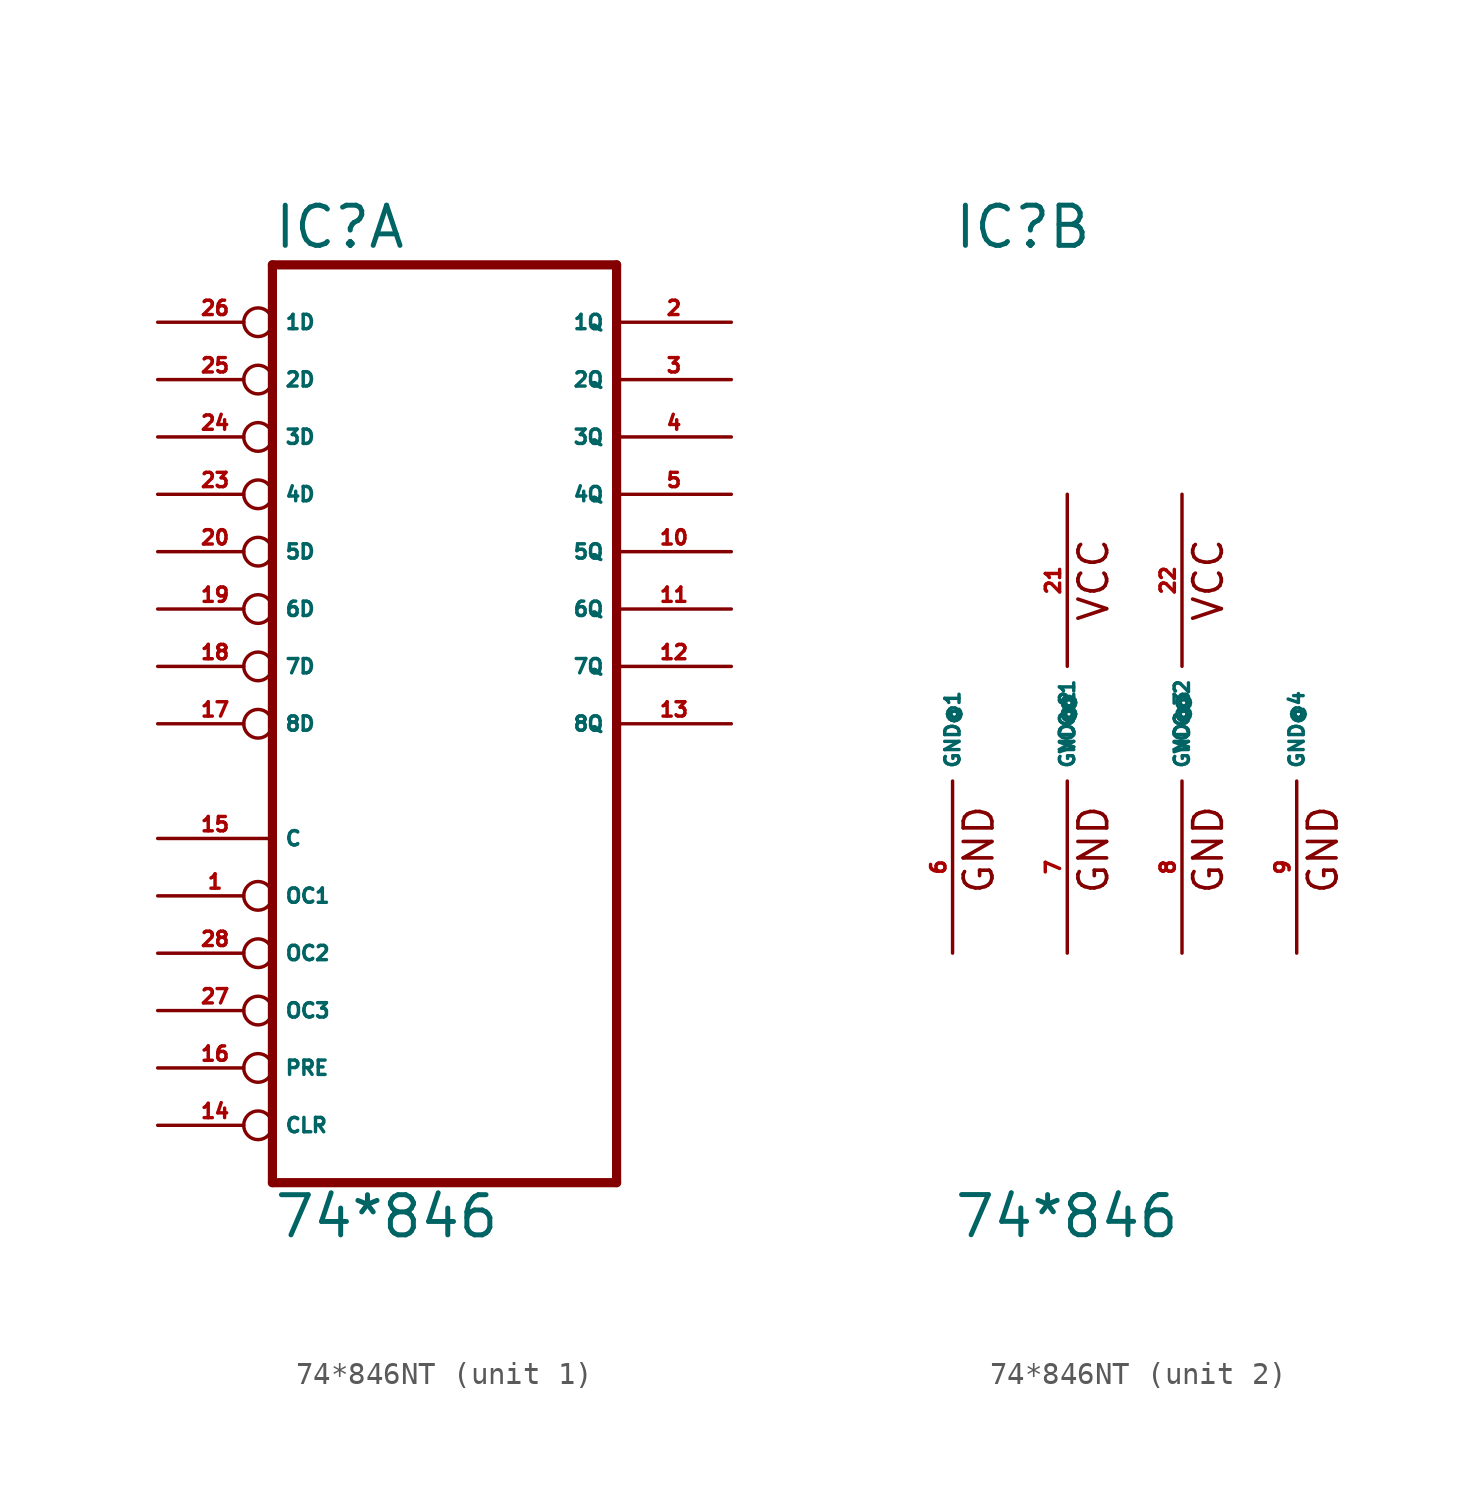
<source format=kicad_sym>
(kicad_symbol_lib
  (version 20220914)
  (generator Eagle2Kicad)
  (symbol "74*846NT"
    (property "Reference" "IC"
      (at -7.62 20.955 0)
      (effects (font (size 1.778 1.778) (thickness 0.22)) (justify left bottom)))
    (property "Value" "74*846"
      (at -7.62 -22.86 0)
      (effects (font (size 1.778 1.778) (thickness 0.22)) (justify left bottom)))
    (symbol "74*846NT_1_0"
      (polyline (pts (xy -7.62 -20.32) (xy 7.62 -20.32)) (stroke (width 0.406) (type default)) (fill (type none)))
      (polyline (pts (xy 7.62 -20.32) (xy 7.62 20.32)) (stroke (width 0.406) (type default)) (fill (type none)))
      (polyline (pts (xy 7.62 20.32) (xy -7.62 20.32)) (stroke (width 0.406) (type default)) (fill (type none)))
      (polyline (pts (xy -7.62 20.32) (xy -7.62 -20.32)) (stroke (width 0.406) (type default)) (fill (type none)))
      (pin input inverted (at -12.7 -7.62 0) (length 5.08) (name "OC1" (effects (font (size 0.635 0.635) (thickness 0.08)) (justify left bottom))) (number "1" (effects (font (size 0.635 0.635) (thickness 0.08)) (justify left bottom))))
      (pin input inverted (at -12.7 -10.16 0) (length 5.08) (name "OC2" (effects (font (size 0.635 0.635) (thickness 0.08)) (justify left bottom))) (number "28" (effects (font (size 0.635 0.635) (thickness 0.08)) (justify left bottom))))
      (pin input inverted (at -12.7 17.78 0) (length 5.08) (name "1D" (effects (font (size 0.635 0.635) (thickness 0.08)) (justify left bottom))) (number "26" (effects (font (size 0.635 0.635) (thickness 0.08)) (justify left bottom))))
      (pin input inverted (at -12.7 15.24 0) (length 5.08) (name "2D" (effects (font (size 0.635 0.635) (thickness 0.08)) (justify left bottom))) (number "25" (effects (font (size 0.635 0.635) (thickness 0.08)) (justify left bottom))))
      (pin input inverted (at -12.7 12.7 0) (length 5.08) (name "3D" (effects (font (size 0.635 0.635) (thickness 0.08)) (justify left bottom))) (number "24" (effects (font (size 0.635 0.635) (thickness 0.08)) (justify left bottom))))
      (pin input inverted (at -12.7 10.16 0) (length 5.08) (name "4D" (effects (font (size 0.635 0.635) (thickness 0.08)) (justify left bottom))) (number "23" (effects (font (size 0.635 0.635) (thickness 0.08)) (justify left bottom))))
      (pin input inverted (at -12.7 7.62 0) (length 5.08) (name "5D" (effects (font (size 0.635 0.635) (thickness 0.08)) (justify left bottom))) (number "20" (effects (font (size 0.635 0.635) (thickness 0.08)) (justify left bottom))))
      (pin input inverted (at -12.7 5.08 0) (length 5.08) (name "6D" (effects (font (size 0.635 0.635) (thickness 0.08)) (justify left bottom))) (number "19" (effects (font (size 0.635 0.635) (thickness 0.08)) (justify left bottom))))
      (pin input inverted (at -12.7 2.54 0) (length 5.08) (name "7D" (effects (font (size 0.635 0.635) (thickness 0.08)) (justify left bottom))) (number "18" (effects (font (size 0.635 0.635) (thickness 0.08)) (justify left bottom))))
      (pin input inverted (at -12.7 0 0) (length 5.08) (name "8D" (effects (font (size 0.635 0.635) (thickness 0.08)) (justify left bottom))) (number "17" (effects (font (size 0.635 0.635) (thickness 0.08)) (justify left bottom))))
      (pin input inverted (at -12.7 -17.78 0) (length 5.08) (name "CLR" (effects (font (size 0.635 0.635) (thickness 0.08)) (justify left bottom))) (number "14" (effects (font (size 0.635 0.635) (thickness 0.08)) (justify left bottom))))
      (pin input line (at -12.7 -5.08 0) (length 5.08) (name "C" (effects (font (size 0.635 0.635) (thickness 0.08)) (justify left bottom))) (number "15" (effects (font (size 0.635 0.635) (thickness 0.08)) (justify left bottom))))
      (pin input inverted (at -12.7 -15.24 0) (length 5.08) (name "PRE" (effects (font (size 0.635 0.635) (thickness 0.08)) (justify left bottom))) (number "16" (effects (font (size 0.635 0.635) (thickness 0.08)) (justify left bottom))))
      (pin tri_state line (at 12.7 0 180) (length 5.08) (name "8Q" (effects (font (size 0.635 0.635) (thickness 0.08)) (justify left bottom))) (number "13" (effects (font (size 0.635 0.635) (thickness 0.08)) (justify left bottom))))
      (pin tri_state line (at 12.7 2.54 180) (length 5.08) (name "7Q" (effects (font (size 0.635 0.635) (thickness 0.08)) (justify left bottom))) (number "12" (effects (font (size 0.635 0.635) (thickness 0.08)) (justify left bottom))))
      (pin tri_state line (at 12.7 5.08 180) (length 5.08) (name "6Q" (effects (font (size 0.635 0.635) (thickness 0.08)) (justify left bottom))) (number "11" (effects (font (size 0.635 0.635) (thickness 0.08)) (justify left bottom))))
      (pin tri_state line (at 12.7 7.62 180) (length 5.08) (name "5Q" (effects (font (size 0.635 0.635) (thickness 0.08)) (justify left bottom))) (number "10" (effects (font (size 0.635 0.635) (thickness 0.08)) (justify left bottom))))
      (pin tri_state line (at 12.7 10.16 180) (length 5.08) (name "4Q" (effects (font (size 0.635 0.635) (thickness 0.08)) (justify left bottom))) (number "5" (effects (font (size 0.635 0.635) (thickness 0.08)) (justify left bottom))))
      (pin tri_state line (at 12.7 12.7 180) (length 5.08) (name "3Q" (effects (font (size 0.635 0.635) (thickness 0.08)) (justify left bottom))) (number "4" (effects (font (size 0.635 0.635) (thickness 0.08)) (justify left bottom))))
      (pin tri_state line (at 12.7 15.24 180) (length 5.08) (name "2Q" (effects (font (size 0.635 0.635) (thickness 0.08)) (justify left bottom))) (number "3" (effects (font (size 0.635 0.635) (thickness 0.08)) (justify left bottom))))
      (pin tri_state line (at 12.7 17.78 180) (length 5.08) (name "1Q" (effects (font (size 0.635 0.635) (thickness 0.08)) (justify left bottom))) (number "2" (effects (font (size 0.635 0.635) (thickness 0.08)) (justify left bottom))))
      (pin input inverted (at -12.7 -12.7 0) (length 5.08) (name "OC3" (effects (font (size 0.635 0.635) (thickness 0.08)) (justify left bottom))) (number "27" (effects (font (size 0.635 0.635) (thickness 0.08)) (justify left bottom)))))
    (symbol "74*846NT_2_0"
      (text "VCC" (at -0.635 4.445 900) (effects (font (size 1.27 1.27) (thickness 0.16)) (justify left bottom)))
      (text "VCC" (at 4.445 4.445 900) (effects (font (size 1.27 1.27) (thickness 0.16)) (justify left bottom)))
      (text "GND" (at -5.715 -7.62 900) (effects (font (size 1.27 1.27) (thickness 0.16)) (justify left bottom)))
      (text "GND" (at -0.635 -7.62 900) (effects (font (size 1.27 1.27) (thickness 0.16)) (justify left bottom)))
      (text "GND" (at 4.445 -7.62 900) (effects (font (size 1.27 1.27) (thickness 0.16)) (justify left bottom)))
      (text "GND" (at 9.525 -7.62 900) (effects (font (size 1.27 1.27) (thickness 0.16)) (justify left bottom)))
      (pin unspecified line (at -7.62 -10.16 90) (length 7.62) (name "GND@1" (effects (font (size 0.635 0.635) (thickness 0.08)) (justify left bottom))) (number "6" (effects (font (size 0.635 0.635) (thickness 0.08)) (justify left bottom))))
      (pin unspecified line (at -2.54 -10.16 90) (length 7.62) (name "GND@2" (effects (font (size 0.635 0.635) (thickness 0.08)) (justify left bottom))) (number "7" (effects (font (size 0.635 0.635) (thickness 0.08)) (justify left bottom))))
      (pin unspecified line (at 2.54 -10.16 90) (length 7.62) (name "GND@3" (effects (font (size 0.635 0.635) (thickness 0.08)) (justify left bottom))) (number "8" (effects (font (size 0.635 0.635) (thickness 0.08)) (justify left bottom))))
      (pin unspecified line (at 7.62 -10.16 90) (length 7.62) (name "GND@4" (effects (font (size 0.635 0.635) (thickness 0.08)) (justify left bottom))) (number "9" (effects (font (size 0.635 0.635) (thickness 0.08)) (justify left bottom))))
      (pin unspecified line (at -2.54 10.16 270) (length 7.62) (name "VCC@1" (effects (font (size 0.635 0.635) (thickness 0.08)) (justify left bottom))) (number "21" (effects (font (size 0.635 0.635) (thickness 0.08)) (justify left bottom))))
      (pin unspecified line (at 2.54 10.16 270) (length 7.62) (name "VCC@2" (effects (font (size 0.635 0.635) (thickness 0.08)) (justify left bottom))) (number "22" (effects (font (size 0.635 0.635) (thickness 0.08)) (justify left bottom)))))))
</source>
